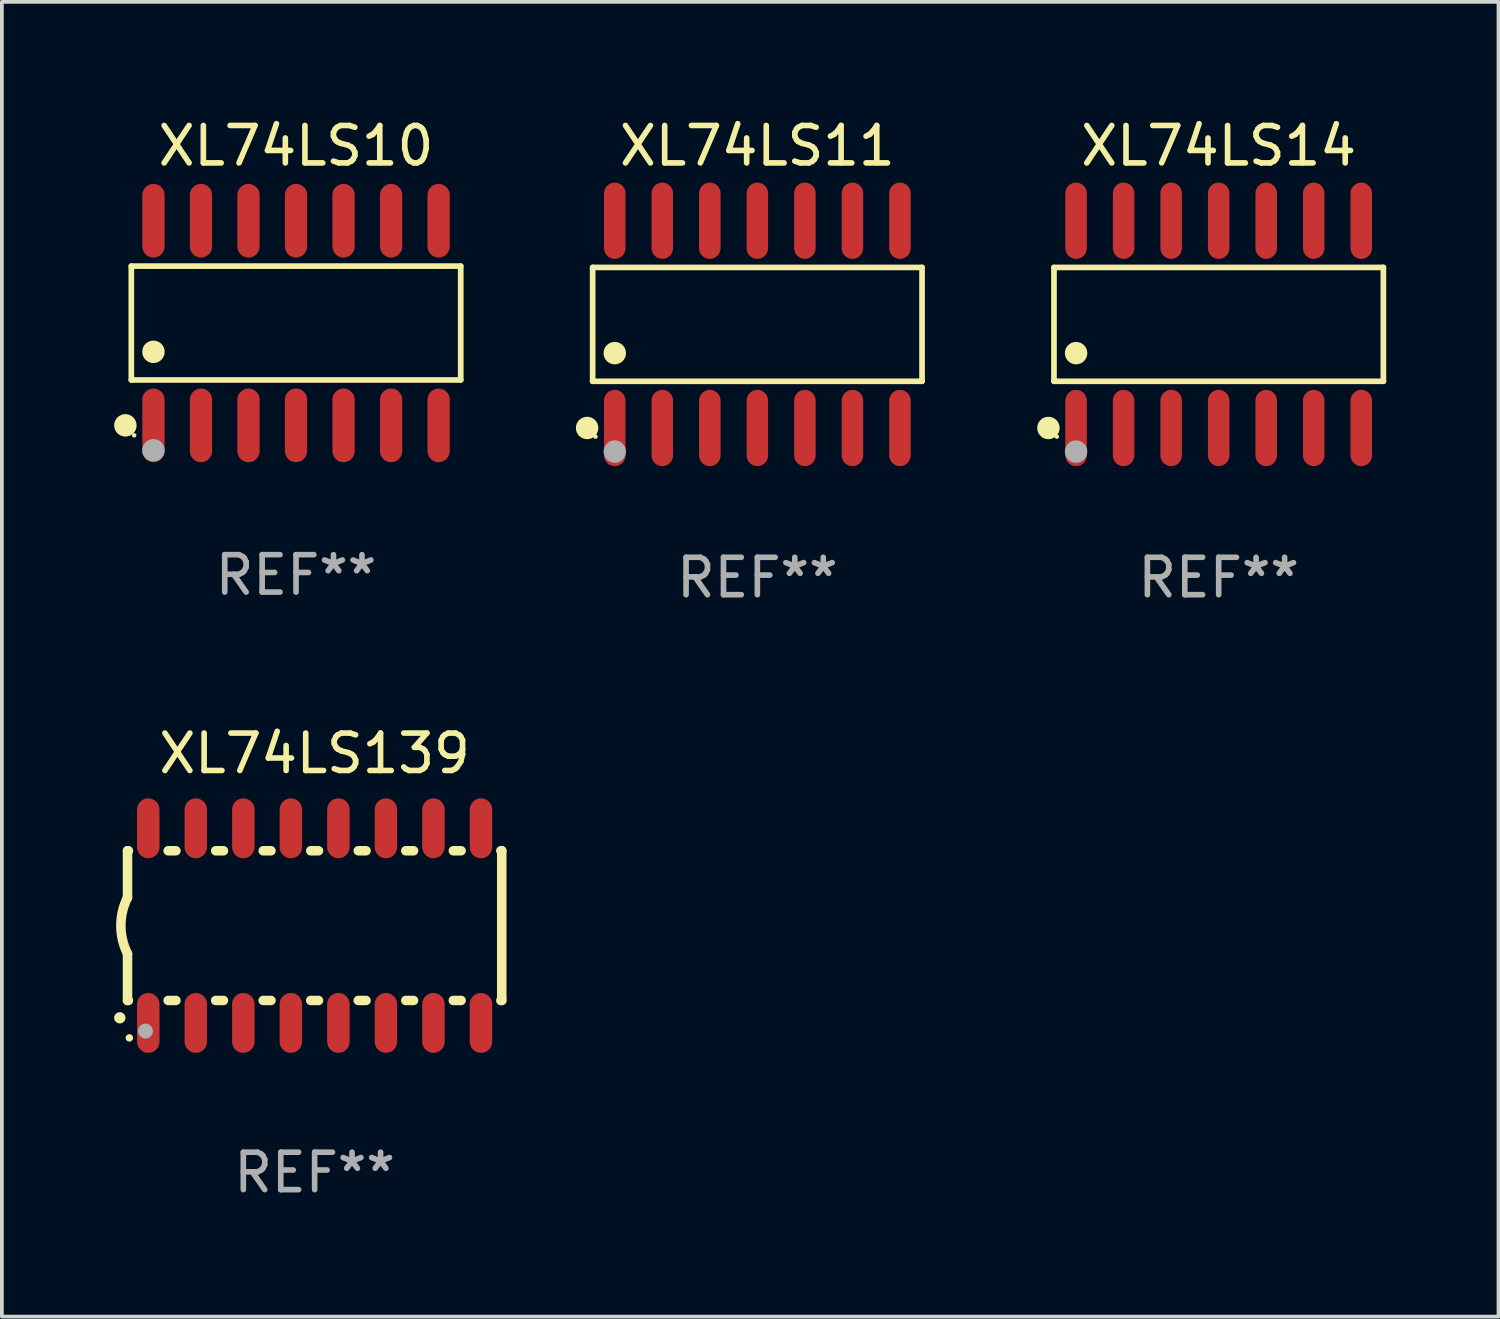
<source format=kicad_pcb>
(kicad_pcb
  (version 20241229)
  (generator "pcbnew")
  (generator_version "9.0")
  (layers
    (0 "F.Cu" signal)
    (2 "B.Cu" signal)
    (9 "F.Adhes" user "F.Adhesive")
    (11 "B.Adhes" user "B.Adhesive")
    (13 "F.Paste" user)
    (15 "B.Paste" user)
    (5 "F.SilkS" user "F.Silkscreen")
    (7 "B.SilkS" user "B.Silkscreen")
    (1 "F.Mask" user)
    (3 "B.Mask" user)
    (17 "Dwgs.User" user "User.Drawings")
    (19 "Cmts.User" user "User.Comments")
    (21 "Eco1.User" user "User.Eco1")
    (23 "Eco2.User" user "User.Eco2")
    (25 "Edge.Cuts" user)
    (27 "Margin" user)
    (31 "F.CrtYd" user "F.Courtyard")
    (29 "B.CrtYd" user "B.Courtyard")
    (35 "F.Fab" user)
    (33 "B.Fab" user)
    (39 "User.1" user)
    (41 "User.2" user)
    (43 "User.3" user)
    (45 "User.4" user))
  (footprint "XL74LS14"
    (layer "F.Cu")
    (at 29.514 5.617)
    (property "Reference" "XL74LS14" (at 0 -4.769 0) (layer "F.SilkS") (effects (font (size 1 1) (thickness 0.15))))
    (attr through_hole)
    (fp_line (start -4.401 -1.521) (end 4.401 -1.521) (stroke (width 0.152) (type solid)) (layer "F.SilkS"))
    (fp_line (start -4.401 1.521) (end -4.401 -1.521) (stroke (width 0.152) (type solid)) (layer "F.SilkS"))
    (fp_line (start 4.401 -1.521) (end 4.401 1.521) (stroke (width 0.152) (type solid)) (layer "F.SilkS"))
    (fp_line (start 4.401 1.521) (end -4.401 1.521) (stroke (width 0.152) (type solid)) (layer "F.SilkS"))
    (fp_circle (center -4.549 2.769) (end -4.399 2.769) (stroke (width 0.3) (type solid)) (fill no) (layer "F.SilkS"))
    (fp_circle (center -4.325 3) (end -4.295 3) (stroke (width 0.06) (type solid)) (fill no) (layer "F.SilkS"))
    (fp_circle (center -3.81 0.769) (end -3.66 0.769) (stroke (width 0.3) (type solid)) (fill no) (layer "F.SilkS"))
    (fp_circle (center -3.81 3.4) (end -3.66 3.4) (stroke (width 0.3) (type solid)) (fill no) (layer "F.Fab"))
    (fp_text user "REF**" (at 0 6.769 0) (layer "F.Fab") (effects (font (size 1 1) (thickness 0.15))))
    (pad "1" smd oval (at -3.81 2.769) (size 0.574 2.038) (layers "F.Cu" "F.Mask" "F.Paste"))
    (pad "2" smd oval (at -2.54 2.769) (size 0.574 2.038) (layers "F.Cu" "F.Mask" "F.Paste"))
    (pad "3" smd oval (at -1.27 2.769) (size 0.574 2.038) (layers "F.Cu" "F.Mask" "F.Paste"))
    (pad "4" smd oval (at 0 2.769) (size 0.574 2.038) (layers "F.Cu" "F.Mask" "F.Paste"))
    (pad "5" smd oval (at 1.27 2.769) (size 0.574 2.038) (layers "F.Cu" "F.Mask" "F.Paste"))
    (pad "6" smd oval (at 2.54 2.769) (size 0.574 2.038) (layers "F.Cu" "F.Mask" "F.Paste"))
    (pad "7" smd oval (at 3.81 2.769) (size 0.574 2.038) (layers "F.Cu" "F.Mask" "F.Paste"))
    (pad "8" smd oval (at 3.81 -2.769) (size 0.574 2.038) (layers "F.Cu" "F.Mask" "F.Paste"))
    (pad "9" smd oval (at 2.54 -2.769) (size 0.574 2.038) (layers "F.Cu" "F.Mask" "F.Paste"))
    (pad "10" smd oval (at 1.27 -2.769) (size 0.574 2.038) (layers "F.Cu" "F.Mask" "F.Paste"))
    (pad "11" smd oval (at 0 -2.769) (size 0.574 2.038) (layers "F.Cu" "F.Mask" "F.Paste"))
    (pad "12" smd oval (at -1.27 -2.769) (size 0.574 2.038) (layers "F.Cu" "F.Mask" "F.Paste"))
    (pad "13" smd oval (at -2.54 -2.769) (size 0.574 2.038) (layers "F.Cu" "F.Mask" "F.Paste"))
    (pad "14" smd oval (at -3.81 -2.769) (size 0.574 2.038) (layers "F.Cu" "F.Mask" "F.Paste")))
  (footprint "XL74LS10"
    (layer "F.Cu")
    (at 4.86 5.582)
    (property "Reference" "XL74LS10" (at 0 -4.734 0) (layer "F.SilkS") (effects (font (size 1 1) (thickness 0.15))))
    (attr through_hole)
    (fp_line (start -4.401 -1.521) (end 4.401 -1.521) (stroke (width 0.152) (type solid)) (layer "F.SilkS"))
    (fp_line (start -4.401 1.521) (end -4.401 -1.521) (stroke (width 0.152) (type solid)) (layer "F.SilkS"))
    (fp_line (start 4.401 -1.521) (end 4.401 1.521) (stroke (width 0.152) (type solid)) (layer "F.SilkS"))
    (fp_line (start 4.401 1.521) (end -4.401 1.521) (stroke (width 0.152) (type solid)) (layer "F.SilkS"))
    (fp_circle (center -4.56 2.734) (end -4.41 2.734) (stroke (width 0.3) (type solid)) (fill no) (layer "F.SilkS"))
    (fp_circle (center -4.325 3) (end -4.295 3) (stroke (width 0.06) (type solid)) (fill no) (layer "F.SilkS"))
    (fp_circle (center -3.81 0.769) (end -3.66 0.769) (stroke (width 0.3) (type solid)) (fill no) (layer "F.SilkS"))
    (fp_circle (center -3.81 3.4) (end -3.66 3.4) (stroke (width 0.3) (type solid)) (fill no) (layer "F.Fab"))
    (fp_text user "REF**" (at 0 6.734 0) (layer "F.Fab") (effects (font (size 1 1) (thickness 0.15))))
    (pad "1" smd oval (at -3.81 2.734) (size 0.595 1.968) (layers "F.Cu" "F.Mask" "F.Paste"))
    (pad "2" smd oval (at -2.54 2.734) (size 0.595 1.968) (layers "F.Cu" "F.Mask" "F.Paste"))
    (pad "3" smd oval (at -1.27 2.734) (size 0.595 1.968) (layers "F.Cu" "F.Mask" "F.Paste"))
    (pad "4" smd oval (at 0 2.734) (size 0.595 1.968) (layers "F.Cu" "F.Mask" "F.Paste"))
    (pad "5" smd oval (at 1.27 2.734) (size 0.595 1.968) (layers "F.Cu" "F.Mask" "F.Paste"))
    (pad "6" smd oval (at 2.54 2.734) (size 0.595 1.968) (layers "F.Cu" "F.Mask" "F.Paste"))
    (pad "7" smd oval (at 3.81 2.734) (size 0.595 1.968) (layers "F.Cu" "F.Mask" "F.Paste"))
    (pad "8" smd oval (at 3.81 -2.734) (size 0.595 1.968) (layers "F.Cu" "F.Mask" "F.Paste"))
    (pad "9" smd oval (at 2.54 -2.734) (size 0.595 1.968) (layers "F.Cu" "F.Mask" "F.Paste"))
    (pad "10" smd oval (at 1.27 -2.734) (size 0.595 1.968) (layers "F.Cu" "F.Mask" "F.Paste"))
    (pad "11" smd oval (at 0 -2.734) (size 0.595 1.968) (layers "F.Cu" "F.Mask" "F.Paste"))
    (pad "12" smd oval (at -1.27 -2.734) (size 0.595 1.968) (layers "F.Cu" "F.Mask" "F.Paste"))
    (pad "13" smd oval (at -2.54 -2.734) (size 0.595 1.968) (layers "F.Cu" "F.Mask" "F.Paste"))
    (pad "14" smd oval (at -3.81 -2.734) (size 0.595 1.968) (layers "F.Cu" "F.Mask" "F.Paste")))
  (footprint "XL74LS139"
    (layer "F.Cu")
    (at 5.357 21.683)
    (property "Reference" "XL74LS139" (at 0 -4.6 0) (layer "F.SilkS") (effects (font (size 1 1) (thickness 0.15))))
    (attr through_hole)
    (fp_line (start -5 -2) (end -5 -0.75) (stroke (width 0.254) (type solid)) (layer "F.SilkS"))
    (fp_line (start -5 -2) (end -4.976 -2) (stroke (width 0.254) (type solid)) (layer "F.SilkS"))
    (fp_line (start -5 2) (end -5 0.75) (stroke (width 0.254) (type solid)) (layer "F.SilkS"))
    (fp_line (start -5 2) (end -4.976 2) (stroke (width 0.254) (type solid)) (layer "F.SilkS"))
    (fp_line (start -3.914 -2) (end -3.706 -2) (stroke (width 0.254) (type solid)) (layer "F.SilkS"))
    (fp_line (start -3.914 2) (end -3.706 2) (stroke (width 0.254) (type solid)) (layer "F.SilkS"))
    (fp_line (start -2.644 -2) (end -2.436 -2) (stroke (width 0.254) (type solid)) (layer "F.SilkS"))
    (fp_line (start -2.644 2) (end -2.436 2) (stroke (width 0.254) (type solid)) (layer "F.SilkS"))
    (fp_line (start -1.374 -2) (end -1.166 -2) (stroke (width 0.254) (type solid)) (layer "F.SilkS"))
    (fp_line (start -1.374 2) (end -1.166 2) (stroke (width 0.254) (type solid)) (layer "F.SilkS"))
    (fp_line (start -0.104 -2) (end 0.104 -2) (stroke (width 0.254) (type solid)) (layer "F.SilkS"))
    (fp_line (start -0.104 2) (end 0.104 2) (stroke (width 0.254) (type solid)) (layer "F.SilkS"))
    (fp_line (start 1.166 -2) (end 1.374 -2) (stroke (width 0.254) (type solid)) (layer "F.SilkS"))
    (fp_line (start 1.166 2) (end 1.374 2) (stroke (width 0.254) (type solid)) (layer "F.SilkS"))
    (fp_line (start 2.436 -2) (end 2.644 -2) (stroke (width 0.254) (type solid)) (layer "F.SilkS"))
    (fp_line (start 2.436 2) (end 2.644 2) (stroke (width 0.254) (type solid)) (layer "F.SilkS"))
    (fp_line (start 3.706 -2) (end 3.914 -2) (stroke (width 0.254) (type solid)) (layer "F.SilkS"))
    (fp_line (start 3.706 2) (end 3.914 2) (stroke (width 0.254) (type solid)) (layer "F.SilkS"))
    (fp_line (start 4.976 -2) (end 5 -2) (stroke (width 0.254) (type solid)) (layer "F.SilkS"))
    (fp_line (start 4.976 2) (end 5 2) (stroke (width 0.254) (type solid)) (layer "F.SilkS"))
    (fp_line (start 5 2) (end 5 -2) (stroke (width 0.254) (type solid)) (layer "F.SilkS"))
    (fp_arc (start -5.20701 2.46383) (mid -5.20574 2.463825) (end -5.20447 2.46383) (stroke (width 0.3) (type solid)) (layer "F.SilkS"))
    (fp_arc (start -5 0.751207) (mid -5.177192 0.00061) (end -5 -0.749987) (stroke (width 0.254001) (type solid)) (layer "F.SilkS"))
    (fp_circle (center -4.95 3) (end -4.9 3) (stroke (width 0.1) (type solid)) (fill no) (layer "F.SilkS"))
    (fp_circle (center -4.521 2.819) (end -4.421 2.819) (stroke (width 0.2) (type solid)) (fill no) (layer "F.Fab"))
    (fp_text user "REF**" (at 0 6.6 0) (layer "F.Fab") (effects (font (size 1 1) (thickness 0.15))))
    (pad "1" smd oval (at -4.445 2.6 180) (size 0.6 1.6) (layers "F.Cu" "F.Mask" "F.Paste"))
    (pad "2" smd oval (at -3.175 2.6 180) (size 0.6 1.6) (layers "F.Cu" "F.Mask" "F.Paste"))
    (pad "3" smd oval (at -1.905 2.6 180) (size 0.6 1.6) (layers "F.Cu" "F.Mask" "F.Paste"))
    (pad "4" smd oval (at -0.635 2.6 180) (size 0.6 1.6) (layers "F.Cu" "F.Mask" "F.Paste"))
    (pad "5" smd oval (at 0.635 2.6 180) (size 0.6 1.6) (layers "F.Cu" "F.Mask" "F.Paste"))
    (pad "6" smd oval (at 1.905 2.6 180) (size 0.6 1.6) (layers "F.Cu" "F.Mask" "F.Paste"))
    (pad "7" smd oval (at 3.175 2.6 180) (size 0.6 1.6) (layers "F.Cu" "F.Mask" "F.Paste"))
    (pad "8" smd oval (at 4.445 2.6 180) (size 0.6 1.6) (layers "F.Cu" "F.Mask" "F.Paste"))
    (pad "9" smd oval (at 4.445 -2.6 180) (size 0.6 1.6) (layers "F.Cu" "F.Mask" "F.Paste"))
    (pad "10" smd oval (at 3.175 -2.6 180) (size 0.6 1.6) (layers "F.Cu" "F.Mask" "F.Paste"))
    (pad "11" smd oval (at 1.905 -2.6 180) (size 0.6 1.6) (layers "F.Cu" "F.Mask" "F.Paste"))
    (pad "12" smd oval (at 0.635 -2.6 180) (size 0.6 1.6) (layers "F.Cu" "F.Mask" "F.Paste"))
    (pad "13" smd oval (at -0.635 -2.6 180) (size 0.6 1.6) (layers "F.Cu" "F.Mask" "F.Paste"))
    (pad "14" smd oval (at -1.905 -2.6 180) (size 0.6 1.6) (layers "F.Cu" "F.Mask" "F.Paste"))
    (pad "15" smd oval (at -3.175 -2.6 180) (size 0.6 1.6) (layers "F.Cu" "F.Mask" "F.Paste"))
    (pad "16" smd oval (at -4.445 -2.6 180) (size 0.6 1.6) (layers "F.Cu" "F.Mask" "F.Paste")))
  (footprint "XL74LS11"
    (layer "F.Cu")
    (at 17.187 5.617)
    (property "Reference" "XL74LS11" (at 0 -4.769 0) (layer "F.SilkS") (effects (font (size 1 1) (thickness 0.15))))
    (attr through_hole)
    (fp_line (start -4.401 -1.521) (end 4.401 -1.521) (stroke (width 0.152) (type solid)) (layer "F.SilkS"))
    (fp_line (start -4.401 1.521) (end -4.401 -1.521) (stroke (width 0.152) (type solid)) (layer "F.SilkS"))
    (fp_line (start 4.401 -1.521) (end 4.401 1.521) (stroke (width 0.152) (type solid)) (layer "F.SilkS"))
    (fp_line (start 4.401 1.521) (end -4.401 1.521) (stroke (width 0.152) (type solid)) (layer "F.SilkS"))
    (fp_circle (center -4.549 2.769) (end -4.399 2.769) (stroke (width 0.3) (type solid)) (fill no) (layer "F.SilkS"))
    (fp_circle (center -4.325 3) (end -4.295 3) (stroke (width 0.06) (type solid)) (fill no) (layer "F.SilkS"))
    (fp_circle (center -3.81 0.769) (end -3.66 0.769) (stroke (width 0.3) (type solid)) (fill no) (layer "F.SilkS"))
    (fp_circle (center -3.81 3.4) (end -3.66 3.4) (stroke (width 0.3) (type solid)) (fill no) (layer "F.Fab"))
    (fp_text user "REF**" (at 0 6.769 0) (layer "F.Fab") (effects (font (size 1 1) (thickness 0.15))))
    (pad "1" smd oval (at -3.81 2.769) (size 0.574 2.038) (layers "F.Cu" "F.Mask" "F.Paste"))
    (pad "2" smd oval (at -2.54 2.769) (size 0.574 2.038) (layers "F.Cu" "F.Mask" "F.Paste"))
    (pad "3" smd oval (at -1.27 2.769) (size 0.574 2.038) (layers "F.Cu" "F.Mask" "F.Paste"))
    (pad "4" smd oval (at 0 2.769) (size 0.574 2.038) (layers "F.Cu" "F.Mask" "F.Paste"))
    (pad "5" smd oval (at 1.27 2.769) (size 0.574 2.038) (layers "F.Cu" "F.Mask" "F.Paste"))
    (pad "6" smd oval (at 2.54 2.769) (size 0.574 2.038) (layers "F.Cu" "F.Mask" "F.Paste"))
    (pad "7" smd oval (at 3.81 2.769) (size 0.574 2.038) (layers "F.Cu" "F.Mask" "F.Paste"))
    (pad "8" smd oval (at 3.81 -2.769) (size 0.574 2.038) (layers "F.Cu" "F.Mask" "F.Paste"))
    (pad "9" smd oval (at 2.54 -2.769) (size 0.574 2.038) (layers "F.Cu" "F.Mask" "F.Paste"))
    (pad "10" smd oval (at 1.27 -2.769) (size 0.574 2.038) (layers "F.Cu" "F.Mask" "F.Paste"))
    (pad "11" smd oval (at 0 -2.769) (size 0.574 2.038) (layers "F.Cu" "F.Mask" "F.Paste"))
    (pad "12" smd oval (at -1.27 -2.769) (size 0.574 2.038) (layers "F.Cu" "F.Mask" "F.Paste"))
    (pad "13" smd oval (at -2.54 -2.769) (size 0.574 2.038) (layers "F.Cu" "F.Mask" "F.Paste"))
    (pad "14" smd oval (at -3.81 -2.769) (size 0.574 2.038) (layers "F.Cu" "F.Mask" "F.Paste")))
  (gr_rect
    (start -3 -3)
    (end 36.991 32.131)
    (stroke (width 0.1) (type default))
    (fill no)
    (layer "Edge.Cuts")))
</source>
